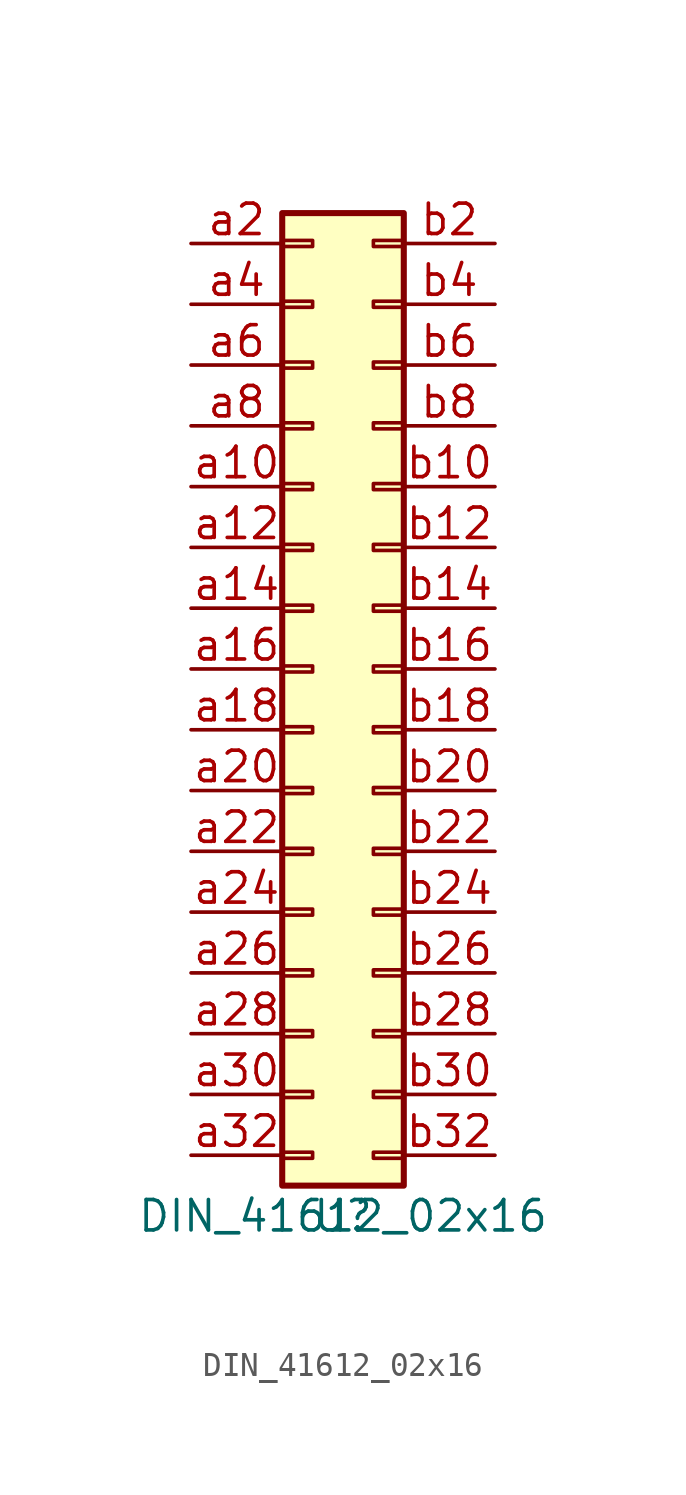
<source format=kicad_sym>
(kicad_symbol_lib
  (version 20211014)
  (generator kicad_symbol_editor)
  (symbol "DIN_41612_02x16"
    (pin_names
      (offset 1.016) hide)
    (property "Reference" "U"
      (at 0 0 0)
      (effects (font (size 1.27 1.27))))
    (property "Value" "DIN_41612_02x16"
      (at 0 0 0)
      (effects (font (size 1.27 1.27))))
    (symbol "DIN_41612_02x16_1_1"
      (rectangle (start -2.54 2.667) (end -1.27 2.413) (stroke (width 0.152) (type default) (color 0 0 0 0)) (fill (type none)))
      (rectangle (start -2.54 5.207) (end -1.27 4.953) (stroke (width 0.152) (type default) (color 0 0 0 0)) (fill (type none)))
      (rectangle (start -2.54 7.747) (end -1.27 7.493) (stroke (width 0.152) (type default) (color 0 0 0 0)) (fill (type none)))
      (rectangle (start -2.54 10.287) (end -1.27 10.033) (stroke (width 0.152) (type default) (color 0 0 0 0)) (fill (type none)))
      (rectangle (start -2.54 12.827) (end -1.27 12.573) (stroke (width 0.152) (type default) (color 0 0 0 0)) (fill (type none)))
      (rectangle (start -2.54 15.367) (end -1.27 15.113) (stroke (width 0.152) (type default) (color 0 0 0 0)) (fill (type none)))
      (rectangle (start -2.54 17.907) (end -1.27 17.653) (stroke (width 0.152) (type default) (color 0 0 0 0)) (fill (type none)))
      (rectangle (start -2.54 20.447) (end -1.27 20.193) (stroke (width 0.152) (type default) (color 0 0 0 0)) (fill (type none)))
      (rectangle (start -2.54 22.987) (end -1.27 22.733) (stroke (width 0.152) (type default) (color 0 0 0 0)) (fill (type none)))
      (rectangle (start -2.54 25.527) (end -1.27 25.273) (stroke (width 0.152) (type default) (color 0 0 0 0)) (fill (type none)))
      (rectangle (start -2.54 28.067) (end -1.27 27.813) (stroke (width 0.152) (type default) (color 0 0 0 0)) (fill (type none)))
      (rectangle (start -2.54 30.607) (end -1.27 30.353) (stroke (width 0.152) (type default) (color 0 0 0 0)) (fill (type none)))
      (rectangle (start -2.54 33.147) (end -1.27 32.893) (stroke (width 0.152) (type default) (color 0 0 0 0)) (fill (type none)))
      (rectangle (start -2.54 35.687) (end -1.27 35.433) (stroke (width 0.152) (type default) (color 0 0 0 0)) (fill (type none)))
      (rectangle (start -2.54 38.227) (end -1.27 37.973) (stroke (width 0.152) (type default) (color 0 0 0 0)) (fill (type none)))
      (rectangle (start -2.54 40.767) (end -1.27 40.513) (stroke (width 0.152) (type default) (color 0 0 0 0)) (fill (type none)))
      (rectangle (start -2.54 41.91) (end 2.54 1.27) (stroke (width 0.254) (type default) (color 0 0 0 0)) (fill (type background)))
      (rectangle (start 2.54 2.667) (end 1.27 2.413) (stroke (width 0.152) (type default) (color 0 0 0 0)) (fill (type none)))
      (rectangle (start 2.54 5.207) (end 1.27 4.953) (stroke (width 0.152) (type default) (color 0 0 0 0)) (fill (type none)))
      (rectangle (start 2.54 7.747) (end 1.27 7.493) (stroke (width 0.152) (type default) (color 0 0 0 0)) (fill (type none)))
      (rectangle (start 2.54 10.287) (end 1.27 10.033) (stroke (width 0.152) (type default) (color 0 0 0 0)) (fill (type none)))
      (rectangle (start 2.54 12.827) (end 1.27 12.573) (stroke (width 0.152) (type default) (color 0 0 0 0)) (fill (type none)))
      (rectangle (start 2.54 15.367) (end 1.27 15.113) (stroke (width 0.152) (type default) (color 0 0 0 0)) (fill (type none)))
      (rectangle (start 2.54 17.907) (end 1.27 17.653) (stroke (width 0.152) (type default) (color 0 0 0 0)) (fill (type none)))
      (rectangle (start 2.54 20.447) (end 1.27 20.193) (stroke (width 0.152) (type default) (color 0 0 0 0)) (fill (type none)))
      (rectangle (start 2.54 22.987) (end 1.27 22.733) (stroke (width 0.152) (type default) (color 0 0 0 0)) (fill (type none)))
      (rectangle (start 2.54 25.527) (end 1.27 25.273) (stroke (width 0.152) (type default) (color 0 0 0 0)) (fill (type none)))
      (rectangle (start 2.54 28.067) (end 1.27 27.813) (stroke (width 0.152) (type default) (color 0 0 0 0)) (fill (type none)))
      (rectangle (start 2.54 30.607) (end 1.27 30.353) (stroke (width 0.152) (type default) (color 0 0 0 0)) (fill (type none)))
      (rectangle (start 2.54 33.147) (end 1.27 32.893) (stroke (width 0.152) (type default) (color 0 0 0 0)) (fill (type none)))
      (rectangle (start 2.54 35.687) (end 1.27 35.433) (stroke (width 0.152) (type default) (color 0 0 0 0)) (fill (type none)))
      (rectangle (start 2.54 38.227) (end 1.27 37.973) (stroke (width 0.152) (type default) (color 0 0 0 0)) (fill (type none)))
      (rectangle (start 2.54 40.767) (end 1.27 40.513) (stroke (width 0.152) (type default) (color 0 0 0 0)) (fill (type none)))
      (pin passive line (at -6.35 30.48 0) (length 3.81) (name "Pin_a10" (effects (font (size 1.27 1.27)))) (number "a10" (effects (font (size 1.27 1.27)))))
      (pin passive line (at -6.35 27.94 0) (length 3.81) (name "Pin_a12" (effects (font (size 1.27 1.27)))) (number "a12" (effects (font (size 1.27 1.27)))))
      (pin passive line (at -6.35 25.4 0) (length 3.81) (name "Pin_a14" (effects (font (size 1.27 1.27)))) (number "a14" (effects (font (size 1.27 1.27)))))
      (pin passive line (at -6.35 22.86 0) (length 3.81) (name "Pin_a16" (effects (font (size 1.27 1.27)))) (number "a16" (effects (font (size 1.27 1.27)))))
      (pin passive line (at -6.35 20.32 0) (length 3.81) (name "Pin_a18" (effects (font (size 1.27 1.27)))) (number "a18" (effects (font (size 1.27 1.27)))))
      (pin passive line (at -6.35 40.64 0) (length 3.81) (name "Pin_a2" (effects (font (size 1.27 1.27)))) (number "a2" (effects (font (size 1.27 1.27)))))
      (pin passive line (at -6.35 17.78 0) (length 3.81) (name "Pin_a20" (effects (font (size 1.27 1.27)))) (number "a20" (effects (font (size 1.27 1.27)))))
      (pin passive line (at -6.35 15.24 0) (length 3.81) (name "Pin_a22" (effects (font (size 1.27 1.27)))) (number "a22" (effects (font (size 1.27 1.27)))))
      (pin passive line (at -6.35 12.7 0) (length 3.81) (name "Pin_a24" (effects (font (size 1.27 1.27)))) (number "a24" (effects (font (size 1.27 1.27)))))
      (pin passive line (at -6.35 10.16 0) (length 3.81) (name "Pin_a26" (effects (font (size 1.27 1.27)))) (number "a26" (effects (font (size 1.27 1.27)))))
      (pin passive line (at -6.35 7.62 0) (length 3.81) (name "Pin_a28" (effects (font (size 1.27 1.27)))) (number "a28" (effects (font (size 1.27 1.27)))))
      (pin passive line (at -6.35 5.08 0) (length 3.81) (name "Pin_a30" (effects (font (size 1.27 1.27)))) (number "a30" (effects (font (size 1.27 1.27)))))
      (pin passive line (at -6.35 2.54 0) (length 3.81) (name "Pin_a32" (effects (font (size 1.27 1.27)))) (number "a32" (effects (font (size 1.27 1.27)))))
      (pin passive line (at -6.35 38.1 0) (length 3.81) (name "Pin_a4" (effects (font (size 1.27 1.27)))) (number "a4" (effects (font (size 1.27 1.27)))))
      (pin passive line (at -6.35 35.56 0) (length 3.81) (name "Pin_a6" (effects (font (size 1.27 1.27)))) (number "a6" (effects (font (size 1.27 1.27)))))
      (pin passive line (at -6.35 33.02 0) (length 3.81) (name "Pin_a8" (effects (font (size 1.27 1.27)))) (number "a8" (effects (font (size 1.27 1.27)))))
      (pin passive line (at 6.35 30.48 180) (length 3.81) (name "Pin_b10" (effects (font (size 1.27 1.27)))) (number "b10" (effects (font (size 1.27 1.27)))))
      (pin passive line (at 6.35 27.94 180) (length 3.81) (name "Pin_b12" (effects (font (size 1.27 1.27)))) (number "b12" (effects (font (size 1.27 1.27)))))
      (pin passive line (at 6.35 25.4 180) (length 3.81) (name "Pin_b14" (effects (font (size 1.27 1.27)))) (number "b14" (effects (font (size 1.27 1.27)))))
      (pin passive line (at 6.35 22.86 180) (length 3.81) (name "Pin_b16" (effects (font (size 1.27 1.27)))) (number "b16" (effects (font (size 1.27 1.27)))))
      (pin passive line (at 6.35 20.32 180) (length 3.81) (name "Pin_b18" (effects (font (size 1.27 1.27)))) (number "b18" (effects (font (size 1.27 1.27)))))
      (pin passive line (at 6.35 40.64 180) (length 3.81) (name "Pin_b2" (effects (font (size 1.27 1.27)))) (number "b2" (effects (font (size 1.27 1.27)))))
      (pin passive line (at 6.35 17.78 180) (length 3.81) (name "Pin_b20" (effects (font (size 1.27 1.27)))) (number "b20" (effects (font (size 1.27 1.27)))))
      (pin passive line (at 6.35 15.24 180) (length 3.81) (name "Pin_b22" (effects (font (size 1.27 1.27)))) (number "b22" (effects (font (size 1.27 1.27)))))
      (pin passive line (at 6.35 12.7 180) (length 3.81) (name "Pin_b24" (effects (font (size 1.27 1.27)))) (number "b24" (effects (font (size 1.27 1.27)))))
      (pin passive line (at 6.35 10.16 180) (length 3.81) (name "Pin_b26" (effects (font (size 1.27 1.27)))) (number "b26" (effects (font (size 1.27 1.27)))))
      (pin passive line (at 6.35 7.62 180) (length 3.81) (name "Pin_b28" (effects (font (size 1.27 1.27)))) (number "b28" (effects (font (size 1.27 1.27)))))
      (pin passive line (at 6.35 5.08 180) (length 3.81) (name "Pin_b30" (effects (font (size 1.27 1.27)))) (number "b30" (effects (font (size 1.27 1.27)))))
      (pin passive line (at 6.35 2.54 180) (length 3.81) (name "Pin_b32" (effects (font (size 1.27 1.27)))) (number "b32" (effects (font (size 1.27 1.27)))))
      (pin passive line (at 6.35 38.1 180) (length 3.81) (name "Pin_b4" (effects (font (size 1.27 1.27)))) (number "b4" (effects (font (size 1.27 1.27)))))
      (pin passive line (at 6.35 35.56 180) (length 3.81) (name "Pin_b6" (effects (font (size 1.27 1.27)))) (number "b6" (effects (font (size 1.27 1.27)))))
      (pin passive line (at 6.35 33.02 180) (length 3.81) (name "Pin_b8" (effects (font (size 1.27 1.27)))) (number "b8" (effects (font (size 1.27 1.27))))))))
</source>
